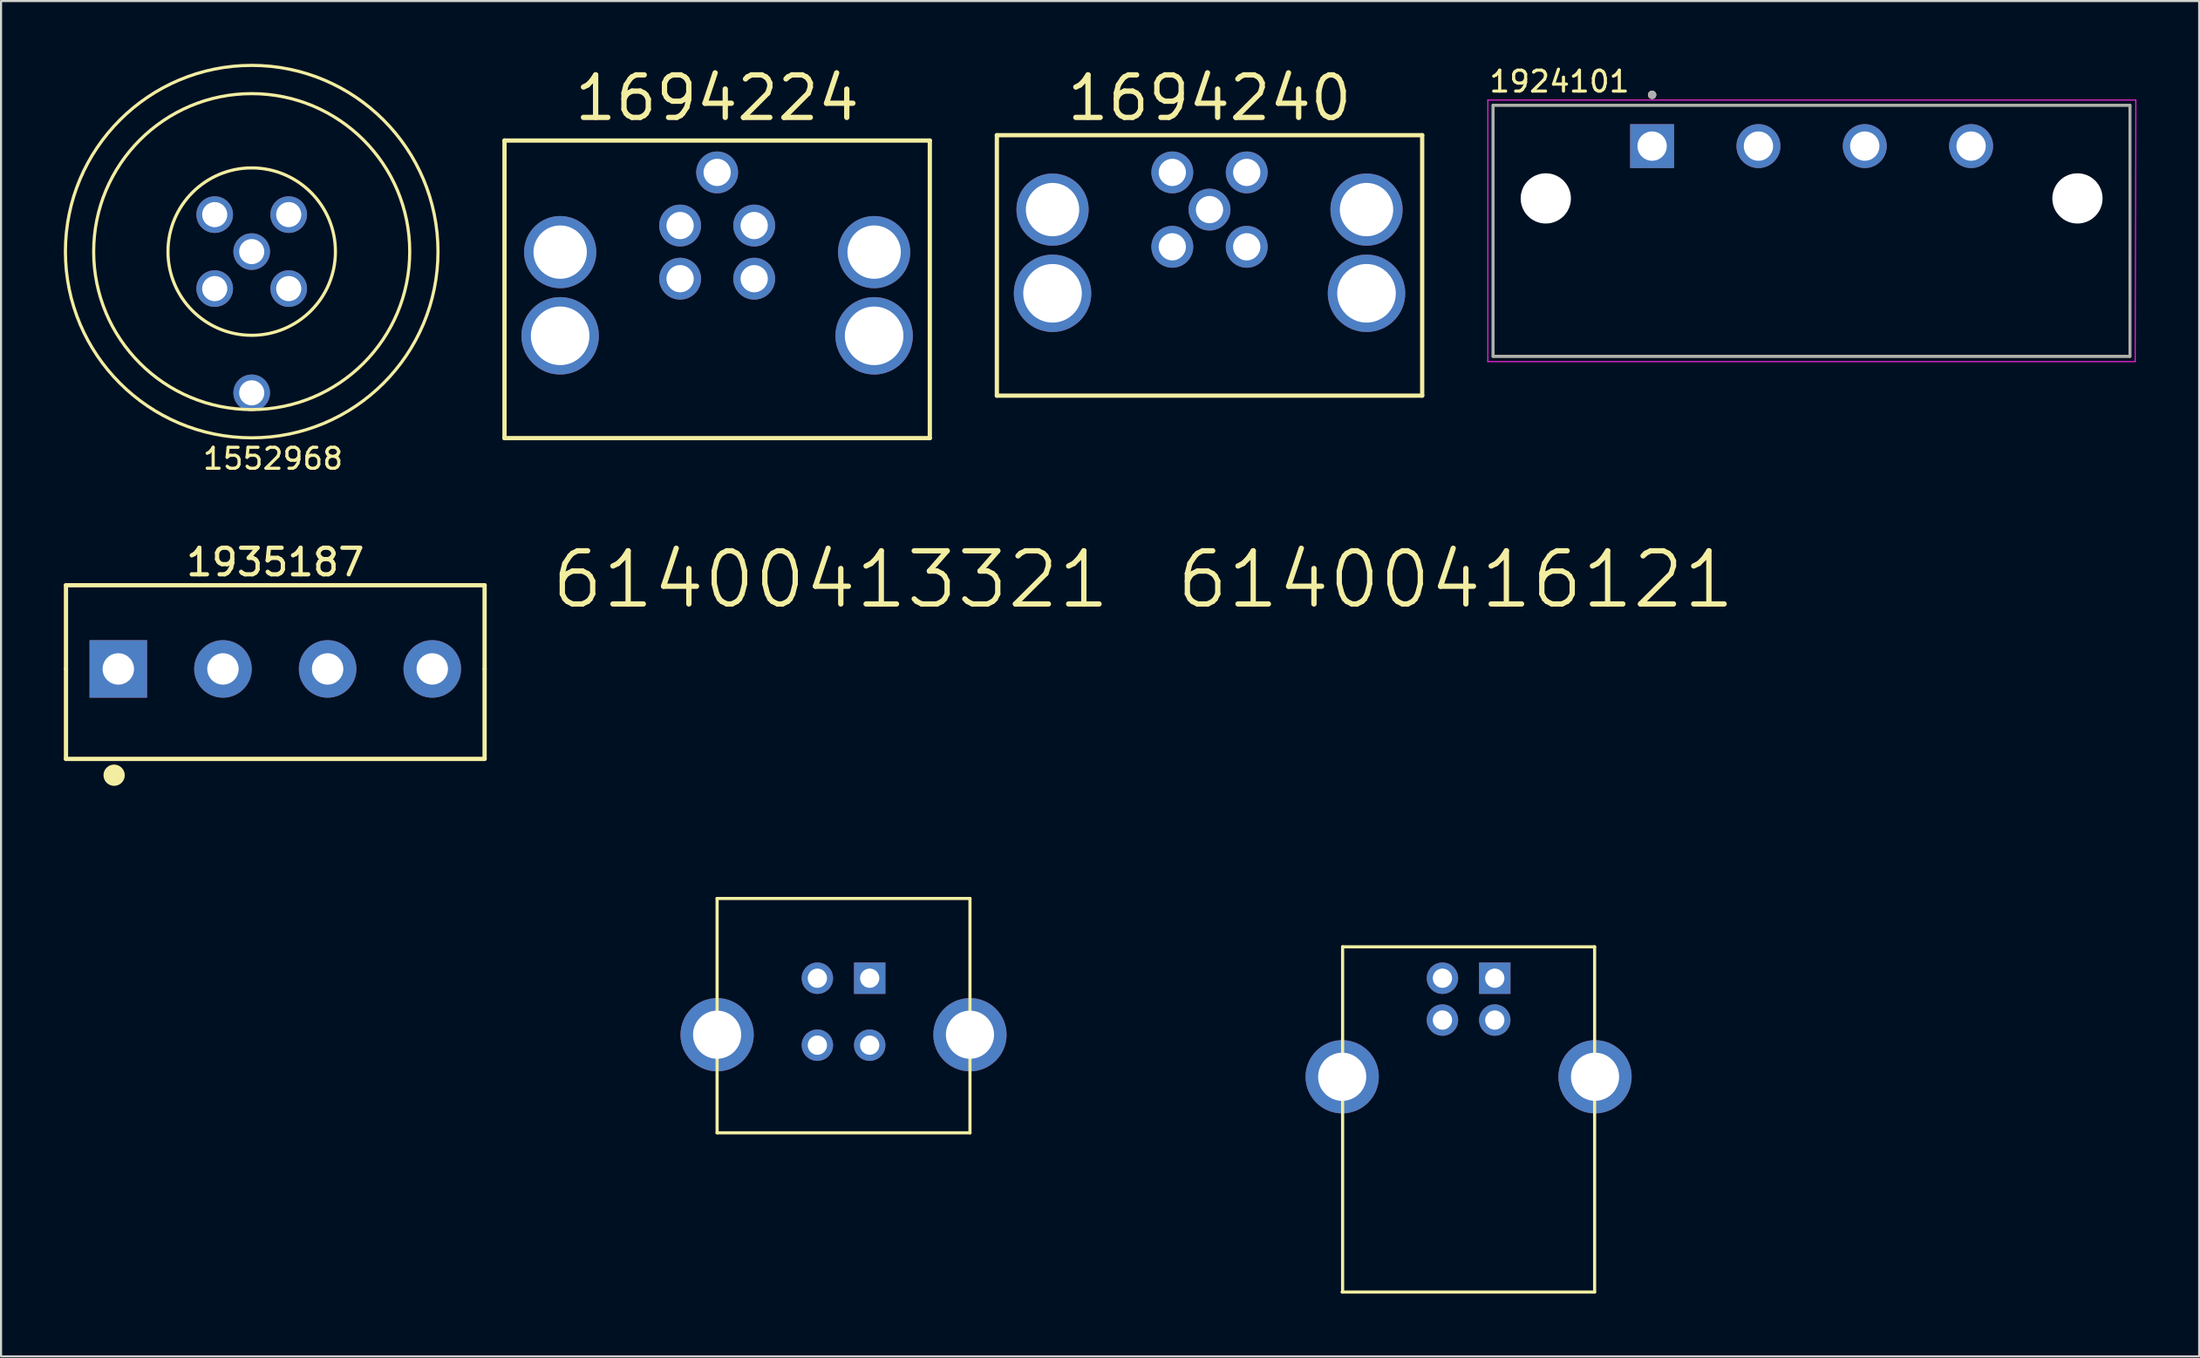
<source format=kicad_pcb>
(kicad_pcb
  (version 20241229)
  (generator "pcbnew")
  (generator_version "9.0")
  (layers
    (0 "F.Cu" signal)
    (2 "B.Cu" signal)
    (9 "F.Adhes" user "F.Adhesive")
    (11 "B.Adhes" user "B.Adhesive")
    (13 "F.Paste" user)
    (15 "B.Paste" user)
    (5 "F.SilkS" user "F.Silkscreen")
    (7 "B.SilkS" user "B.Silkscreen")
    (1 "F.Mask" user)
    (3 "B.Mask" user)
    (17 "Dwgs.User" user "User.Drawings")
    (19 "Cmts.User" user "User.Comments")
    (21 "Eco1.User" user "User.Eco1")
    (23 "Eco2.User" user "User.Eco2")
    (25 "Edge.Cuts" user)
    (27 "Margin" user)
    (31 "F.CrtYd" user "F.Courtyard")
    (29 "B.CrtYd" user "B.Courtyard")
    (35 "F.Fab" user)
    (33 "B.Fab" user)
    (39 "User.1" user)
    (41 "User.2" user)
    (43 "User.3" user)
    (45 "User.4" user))
  (footprint "61400416121"
    (layer "F.Cu")
    (at 65.863 43.703)
    (property "Reference" "61400416121" (at 0.635 -19.05 0) (layer "F.SilkS") (effects (font (size 2.54 2.54) (thickness 0.254))))
    (attr through_hole)
    (fp_line (start -4.795 15) (end 7.27 15) (stroke (width 0.15) (type solid)) (layer "F.SilkS"))
    (fp_line (start -4.77 -1.5) (end -4.77 15) (stroke (width 0.15) (type solid)) (layer "F.SilkS"))
    (fp_line (start -4.77 -1.5) (end 7.27 -1.5) (stroke (width 0.15) (type solid)) (layer "F.SilkS"))
    (fp_line (start 7.27 -1.5) (end 7.27 15) (stroke (width 0.15) (type solid)) (layer "F.SilkS"))
    (pad "1" thru_hole rect (at 2.5 0) (size 1.5 1.5) (drill 0.92) (layers "*.Cu" "*.Mask"))
    (pad "2" thru_hole circle (at 0 0) (size 1.5 1.5) (drill 0.92) (layers "*.Cu" "*.Mask"))
    (pad "3" thru_hole circle (at 0 2) (size 1.5 1.5) (drill 0.92) (layers "*.Cu" "*.Mask"))
    (pad "4" thru_hole circle (at 2.5 2) (size 1.5 1.5) (drill 0.92) (layers "*.Cu" "*.Mask"))
    (pad "5" thru_hole circle (at -4.79 4.71) (size 3.5 3.5) (drill 2.3) (layers "*.Cu" "*.Mask"))
    (pad "6" thru_hole circle (at 7.29 4.71) (size 3.5 3.5) (drill 2.3) (layers "*.Cu" "*.Mask")))
  (footprint "1552968"
    (layer "F.Cu")
    (at 8.975 8.975)
    (property "Reference" "1552968" (at 1.016 9.898 0) (layer "F.SilkS") (effects (font (size 1 1) (thickness 0.15))))
    (attr through_hole)
    (fp_circle (center 0 0) (end 4 0) (stroke (width 0.15) (type solid)) (fill no) (layer "F.SilkS"))
    (fp_circle (center 0 0) (end 7.55 0) (stroke (width 0.15) (type solid)) (fill no) (layer "F.SilkS"))
    (fp_circle (center 0 0) (end 8.9 0) (stroke (width 0.15) (type solid)) (fill no) (layer "F.SilkS"))
    (pad "" thru_hole circle (at 0 6.75) (size 1.75 1.75) (drill 1.2) (layers "*.Cu" "*.Mask"))
    (pad "1" thru_hole circle (at 1.768 -1.768) (size 1.75 1.75) (drill 1.2) (layers "*.Cu" "*.Mask"))
    (pad "2" thru_hole circle (at -1.768 -1.768) (size 1.75 1.75) (drill 1.2) (layers "*.Cu" "*.Mask"))
    (pad "3" thru_hole circle (at -1.768 1.768) (size 1.75 1.75) (drill 1.2) (layers "*.Cu" "*.Mask"))
    (pad "4" thru_hole circle (at 1.768 1.768) (size 1.75 1.75) (drill 1.2) (layers "*.Cu" "*.Mask"))
    (pad "5" thru_hole circle (at 0 0) (size 1.75 1.75) (drill 1.2) (layers "*.Cu" "*.Mask")))
  (footprint "1694224"
    (layer "F.Cu")
    (at 31.212 9)
    (property "Reference" "1694224" (at 0 -7.366 0) (layer "F.SilkS") (effects (font (size 2.032 2.032) (thickness 0.254))))
    (attr through_hole)
    (fp_line (start -10.16 -5.334) (end -10.16 8.89) (stroke (width 0.203) (type solid)) (layer "F.SilkS"))
    (fp_line (start -10.16 8.89) (end 10.16 8.89) (stroke (width 0.203) (type solid)) (layer "F.SilkS"))
    (fp_line (start 10.16 -5.334) (end -10.16 -5.334) (stroke (width 0.203) (type solid)) (layer "F.SilkS"))
    (fp_line (start 10.16 -5.334) (end 10.16 8.89) (stroke (width 0.203) (type solid)) (layer "F.SilkS"))
    (pad "" thru_hole circle (at -7.5 0) (size 3.45 3.45) (drill 2.55) (layers "*.Cu" "*.Mask"))
    (pad "" thru_hole circle (at -7.5 4) (size 3.7 3.7) (drill 2.8) (layers "*.Cu" "*.Mask"))
    (pad "" thru_hole circle (at 7.5 0) (size 3.45 3.45) (drill 2.55) (layers "*.Cu" "*.Mask"))
    (pad "" thru_hole circle (at 7.5 4) (size 3.7 3.7) (drill 2.8) (layers "*.Cu" "*.Mask"))
    (pad "1" thru_hole circle (at 1.77 -1.27) (size 2 2) (drill 1.3) (layers "*.Cu" "*.Mask"))
    (pad "2" thru_hole circle (at -1.77 -1.27) (size 2 2) (drill 1.3) (layers "*.Cu" "*.Mask"))
    (pad "3" thru_hole circle (at -1.77 1.27) (size 2 2) (drill 1.3) (layers "*.Cu" "*.Mask"))
    (pad "4" thru_hole circle (at 1.77 1.27) (size 2 2) (drill 1.3) (layers "*.Cu" "*.Mask"))
    (pad "5" thru_hole circle (at 0 -3.81) (size 2 2) (drill 1.3) (layers "*.Cu" "*.Mask")))
  (footprint "61400413321"
    (layer "F.Cu")
    (at 36 43.703)
    (property "Reference" "61400413321" (at 0.635 -19.05 0) (layer "F.SilkS") (effects (font (size 2.54 2.54) (thickness 0.254))))
    (attr through_hole)
    (fp_line (start -4.79 -3.81) (end 7.29 -3.81) (stroke (width 0.15) (type solid)) (layer "F.SilkS"))
    (fp_line (start -4.79 7.39) (end -4.79 -3.81) (stroke (width 0.15) (type solid)) (layer "F.SilkS"))
    (fp_line (start -4.79 7.39) (end 7.29 7.39) (stroke (width 0.15) (type solid)) (layer "F.SilkS"))
    (fp_line (start 7.29 7.39) (end 7.29 -3.81) (stroke (width 0.15) (type solid)) (layer "F.SilkS"))
    (pad "1" thru_hole rect (at 2.5 0) (size 1.5 1.5) (drill 0.92) (layers "*.Cu" "*.Mask"))
    (pad "2" thru_hole circle (at 0 0) (size 1.5 1.5) (drill 0.92) (layers "*.Cu" "*.Mask"))
    (pad "3" thru_hole circle (at 0 3.2) (size 1.5 1.5) (drill 0.92) (layers "*.Cu" "*.Mask"))
    (pad "4" thru_hole circle (at 2.5 3.2) (size 1.5 1.5) (drill 0.92) (layers "*.Cu" "*.Mask"))
    (pad "5" thru_hole circle (at -4.79 2.7) (size 3.5 3.5) (drill 2.3) (layers "*.Cu" "*.Mask"))
    (pad "6" thru_hole circle (at 7.29 2.7) (size 3.5 3.5) (drill 2.3) (layers "*.Cu" "*.Mask")))
  (footprint "1694240"
    (layer "F.Cu")
    (at 54.735 6.968)
    (property "Reference" "1694240" (at 0 -5.334 0) (layer "F.SilkS") (effects (font (size 2.032 2.032) (thickness 0.254))))
    (attr through_hole)
    (fp_line (start -10.16 -3.556) (end -10.16 8.89) (stroke (width 0.203) (type solid)) (layer "F.SilkS"))
    (fp_line (start -10.16 8.89) (end 10.16 8.89) (stroke (width 0.203) (type solid)) (layer "F.SilkS"))
    (fp_line (start 10.16 -3.556) (end -10.16 -3.556) (stroke (width 0.203) (type solid)) (layer "F.SilkS"))
    (fp_line (start 10.16 -3.556) (end 10.16 8.89) (stroke (width 0.203) (type solid)) (layer "F.SilkS"))
    (pad "" thru_hole circle (at -7.5 0) (size 3.45 3.45) (drill 2.55) (layers "*.Cu" "*.Mask"))
    (pad "" thru_hole circle (at -7.5 4) (size 3.7 3.7) (drill 2.8) (layers "*.Cu" "*.Mask"))
    (pad "" thru_hole circle (at 7.5 0) (size 3.45 3.45) (drill 2.55) (layers "*.Cu" "*.Mask"))
    (pad "" thru_hole circle (at 7.5 4) (size 3.7 3.7) (drill 2.8) (layers "*.Cu" "*.Mask"))
    (pad "1" thru_hole circle (at -1.778 -1.778) (size 2 2) (drill 1.3) (layers "*.Cu" "*.Mask"))
    (pad "2" thru_hole circle (at 1.778 -1.778) (size 2 2) (drill 1.3) (layers "*.Cu" "*.Mask"))
    (pad "3" thru_hole circle (at 1.778 1.778) (size 2 2) (drill 1.3) (layers "*.Cu" "*.Mask"))
    (pad "4" thru_hole circle (at -1.778 1.778) (size 2 2) (drill 1.3) (layers "*.Cu" "*.Mask"))
    (pad "5" thru_hole circle (at 0 0) (size 2 2) (drill 1.3) (layers "*.Cu" "*.Mask")))
  (footprint "1924101"
    (layer "F.Cu")
    (at 68.28 13.983)
    (property "Reference" "1924101" (at 3.175 -13.135 0) (layer "F.SilkS") (effects (font (size 1 1) (thickness 0.15))))
    (attr through_hole)
    (fp_line (start 0 -12) (end 0 0) (stroke (width 0.127) (type solid)) (layer "F.SilkS"))
    (fp_line (start 0 0) (end 30.43 0) (stroke (width 0.127) (type solid)) (layer "F.SilkS"))
    (fp_line (start 30.43 -12) (end 0 -12) (stroke (width 0.127) (type solid)) (layer "F.SilkS"))
    (fp_line (start 30.43 0) (end 30.43 -12) (stroke (width 0.127) (type solid)) (layer "F.SilkS"))
    (fp_circle (center 7.6 -12.5) (end 7.7 -12.5) (stroke (width 0.2) (type solid)) (fill no) (layer "F.SilkS"))
    (fp_line (start -0.25 -12.25) (end -0.25 0.25) (stroke (width 0.05) (type solid)) (layer "F.CrtYd"))
    (fp_line (start -0.25 0.25) (end 30.68 0.25) (stroke (width 0.05) (type solid)) (layer "F.CrtYd"))
    (fp_line (start 30.68 0.25) (end 30.71 -12.25) (stroke (width 0.05) (type solid)) (layer "F.CrtYd"))
    (fp_line (start 30.71 -12.25) (end -0.25 -12.25) (stroke (width 0.05) (type solid)) (layer "F.CrtYd"))
    (fp_line (start 0 -12) (end 0 0) (stroke (width 0.127) (type solid)) (layer "F.Fab"))
    (fp_line (start 0 0) (end 30.43 0) (stroke (width 0.127) (type solid)) (layer "F.Fab"))
    (fp_line (start 30.43 -12) (end 0 -12) (stroke (width 0.127) (type solid)) (layer "F.Fab"))
    (fp_line (start 30.43 0) (end 30.43 -12) (stroke (width 0.127) (type solid)) (layer "F.Fab"))
    (fp_circle (center 7.6 -12.5) (end 7.7 -12.5) (stroke (width 0.2) (type solid)) (fill no) (layer "F.Fab"))
    (pad "" np_thru_hole circle (at 2.52 -7.55) (size 2.4 2.4) (drill 2.4) (layers "*.Cu" "*.Mask"))
    (pad "" np_thru_hole circle (at 27.92 -7.55) (size 2.4 2.4) (drill 2.4) (layers "*.Cu" "*.Mask"))
    (pad "1" thru_hole rect (at 7.6 -10.05) (size 2.1 2.1) (drill 1.4) (layers "*.Cu" "*.Mask"))
    (pad "2" thru_hole circle (at 12.68 -10.05) (size 2.1 2.1) (drill 1.4) (layers "*.Cu" "*.Mask"))
    (pad "3" thru_hole circle (at 17.76 -10.05) (size 2.1 2.1) (drill 1.4) (layers "*.Cu" "*.Mask"))
    (pad "4" thru_hole circle (at 22.84 -10.05) (size 2.1 2.1) (drill 1.4) (layers "*.Cu" "*.Mask")))
  (footprint "1935187"
    (layer "F.Cu")
    (at 15.102 28.921)
    (property "Reference" "1935187" (at -5 -5.1 0) (layer "F.SilkS") (effects (font (size 1.27 1.27) (thickness 0.203))))
    (attr through_hole)
    (fp_line (start -15 -4) (end -15 0) (stroke (width 0.203) (type solid)) (layer "F.SilkS"))
    (fp_line (start -15 0) (end -15 4.3) (stroke (width 0.203) (type solid)) (layer "F.SilkS"))
    (fp_line (start -15 4.3) (end 5 4.3) (stroke (width 0.203) (type solid)) (layer "F.SilkS"))
    (fp_line (start 5 -4) (end -15 -4) (stroke (width 0.203) (type solid)) (layer "F.SilkS"))
    (fp_line (start 5 0) (end 5 -4) (stroke (width 0.203) (type solid)) (layer "F.SilkS"))
    (fp_line (start 5 4.3) (end 5 0) (stroke (width 0.203) (type solid)) (layer "F.SilkS"))
    (fp_circle (center -12.7 5.08) (end -12.446 5.08) (stroke (width 0.508) (type solid)) (fill no) (layer "F.SilkS"))
    (pad "1" thru_hole rect (at -12.5 0) (size 2.75 2.75) (drill 1.5) (layers "*.Cu" "*.Mask"))
    (pad "2" thru_hole circle (at -7.5 0) (size 2.75 2.75) (drill 1.5) (layers "*.Cu" "*.Mask"))
    (pad "3" thru_hole circle (at -2.5 0) (size 2.75 2.75) (drill 1.5) (layers "*.Cu" "*.Mask"))
    (pad "4" thru_hole circle (at 2.5 0) (size 2.75 2.75) (drill 1.5) (layers "*.Cu" "*.Mask")))
  (gr_rect
    (start -3 -3)
    (end 102.015 61.778)
    (stroke (width 0.1) (type default))
    (fill no)
    (layer "Edge.Cuts")))
</source>
